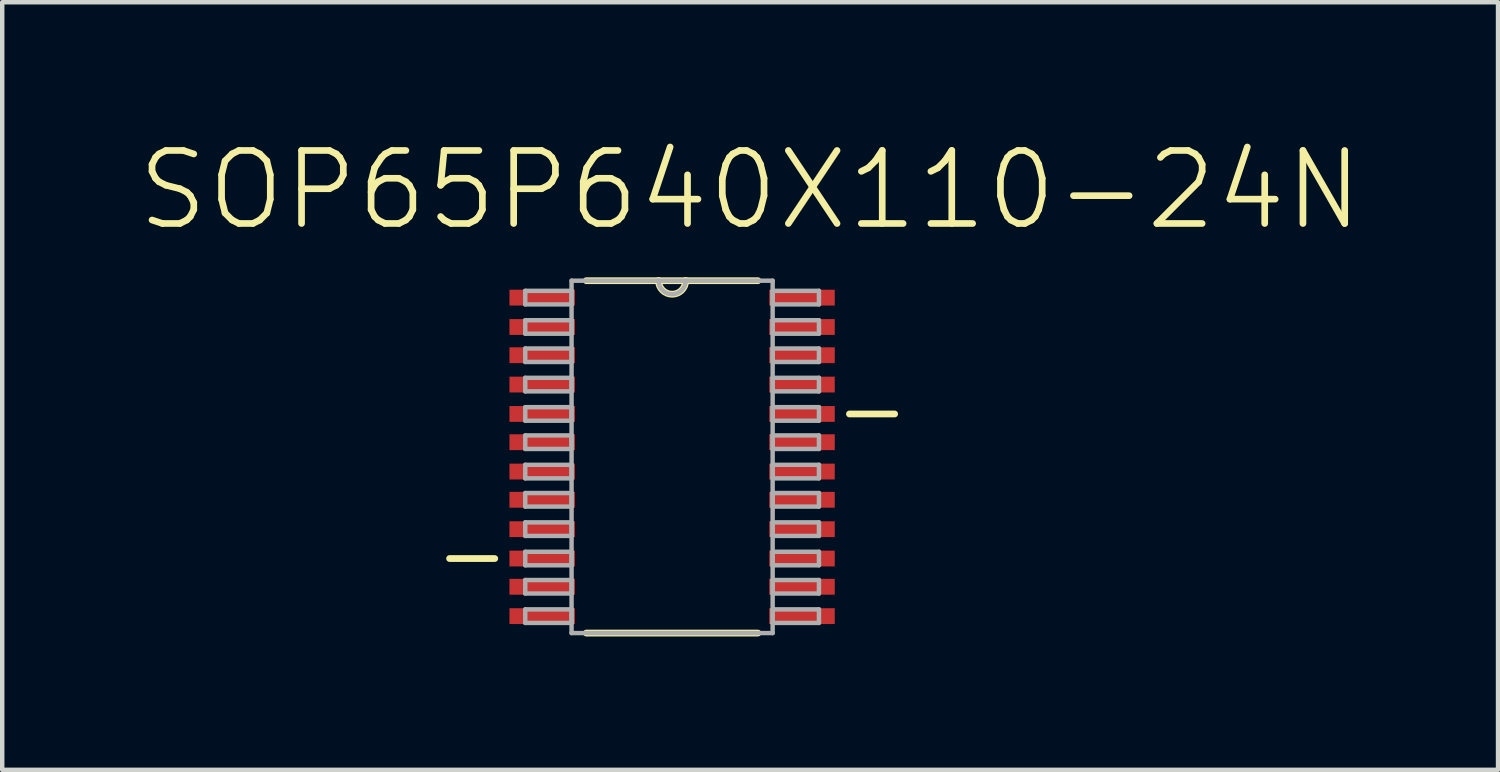
<source format=kicad_pcb>
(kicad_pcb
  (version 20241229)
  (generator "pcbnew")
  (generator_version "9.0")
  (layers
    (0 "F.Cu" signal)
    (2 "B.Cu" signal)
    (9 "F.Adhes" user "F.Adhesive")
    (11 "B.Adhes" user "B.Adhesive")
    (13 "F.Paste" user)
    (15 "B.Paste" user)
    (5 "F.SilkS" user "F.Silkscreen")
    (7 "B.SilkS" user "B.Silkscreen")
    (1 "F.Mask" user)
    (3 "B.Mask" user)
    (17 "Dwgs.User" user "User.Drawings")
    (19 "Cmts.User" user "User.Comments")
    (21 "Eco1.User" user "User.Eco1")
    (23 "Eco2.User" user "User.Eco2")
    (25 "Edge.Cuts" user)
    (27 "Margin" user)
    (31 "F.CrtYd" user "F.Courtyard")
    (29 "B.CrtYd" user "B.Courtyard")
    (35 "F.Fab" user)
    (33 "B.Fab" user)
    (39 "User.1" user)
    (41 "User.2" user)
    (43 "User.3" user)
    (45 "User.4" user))
  (footprint "SOP65P640X110-24N"
    (layer "F.Cu")
    (at 12.064 7.224)
    (property "Reference" "SOP65P640X110-24N" (at 1.754 -6 0) (layer "F.SilkS") (effects (font (size 1.642 1.642) (thickness 0.15))))
    (attr through_hole)
    (fp_line (start -5.004 2.286) (end -3.988 2.286) (stroke (width 0.152) (type solid)) (layer "F.SilkS"))
    (fp_line (start -1.93 3.962) (end 1.93 3.962) (stroke (width 0.152) (type solid)) (layer "F.SilkS"))
    (fp_line (start -0.305 -3.962) (end -1.93 -3.962) (stroke (width 0.152) (type solid)) (layer "F.SilkS"))
    (fp_line (start 0.305 -3.962) (end -0.305 -3.962) (stroke (width 0.152) (type solid)) (layer "F.SilkS"))
    (fp_line (start 1.93 -3.962) (end 0.305 -3.962) (stroke (width 0.152) (type solid)) (layer "F.SilkS"))
    (fp_line (start 3.988 -0.965) (end 5.004 -0.965) (stroke (width 0.152) (type solid)) (layer "F.SilkS"))
    (fp_arc (start 0.3048 -3.9624) (mid 0 -3.6576) (end -0.3048 -3.9624) (stroke (width 0.1524) (type solid)) (layer "F.SilkS"))
    (fp_line (start -3.302 -3.734) (end -3.302 -3.429) (stroke (width 0.1) (type solid)) (layer "F.Fab"))
    (fp_line (start -3.302 -3.429) (end -2.261 -3.429) (stroke (width 0.1) (type solid)) (layer "F.Fab"))
    (fp_line (start -3.302 -3.073) (end -3.302 -2.769) (stroke (width 0.1) (type solid)) (layer "F.Fab"))
    (fp_line (start -3.302 -2.769) (end -2.261 -2.769) (stroke (width 0.1) (type solid)) (layer "F.Fab"))
    (fp_line (start -3.302 -2.438) (end -3.302 -2.134) (stroke (width 0.1) (type solid)) (layer "F.Fab"))
    (fp_line (start -3.302 -2.134) (end -2.261 -2.134) (stroke (width 0.1) (type solid)) (layer "F.Fab"))
    (fp_line (start -3.302 -1.778) (end -3.302 -1.473) (stroke (width 0.1) (type solid)) (layer "F.Fab"))
    (fp_line (start -3.302 -1.473) (end -2.261 -1.473) (stroke (width 0.1) (type solid)) (layer "F.Fab"))
    (fp_line (start -3.302 -1.118) (end -3.302 -0.813) (stroke (width 0.1) (type solid)) (layer "F.Fab"))
    (fp_line (start -3.302 -0.813) (end -2.261 -0.813) (stroke (width 0.1) (type solid)) (layer "F.Fab"))
    (fp_line (start -3.302 -0.483) (end -3.302 -0.178) (stroke (width 0.1) (type solid)) (layer "F.Fab"))
    (fp_line (start -3.302 -0.178) (end -2.261 -0.178) (stroke (width 0.1) (type solid)) (layer "F.Fab"))
    (fp_line (start -3.302 0.178) (end -3.302 0.483) (stroke (width 0.1) (type solid)) (layer "F.Fab"))
    (fp_line (start -3.302 0.483) (end -2.261 0.483) (stroke (width 0.1) (type solid)) (layer "F.Fab"))
    (fp_line (start -3.302 0.813) (end -3.302 1.118) (stroke (width 0.1) (type solid)) (layer "F.Fab"))
    (fp_line (start -3.302 1.118) (end -2.261 1.118) (stroke (width 0.1) (type solid)) (layer "F.Fab"))
    (fp_line (start -3.302 1.473) (end -3.302 1.778) (stroke (width 0.1) (type solid)) (layer "F.Fab"))
    (fp_line (start -3.302 1.778) (end -2.261 1.778) (stroke (width 0.1) (type solid)) (layer "F.Fab"))
    (fp_line (start -3.302 2.134) (end -3.302 2.438) (stroke (width 0.1) (type solid)) (layer "F.Fab"))
    (fp_line (start -3.302 2.438) (end -2.261 2.438) (stroke (width 0.1) (type solid)) (layer "F.Fab"))
    (fp_line (start -3.302 2.769) (end -3.302 3.073) (stroke (width 0.1) (type solid)) (layer "F.Fab"))
    (fp_line (start -3.302 3.073) (end -2.261 3.073) (stroke (width 0.1) (type solid)) (layer "F.Fab"))
    (fp_line (start -3.302 3.429) (end -3.302 3.734) (stroke (width 0.1) (type solid)) (layer "F.Fab"))
    (fp_line (start -3.302 3.734) (end -2.261 3.734) (stroke (width 0.1) (type solid)) (layer "F.Fab"))
    (fp_line (start -2.261 -3.962) (end -2.261 3.962) (stroke (width 0.1) (type solid)) (layer "F.Fab"))
    (fp_line (start -2.261 -3.734) (end -3.302 -3.734) (stroke (width 0.1) (type solid)) (layer "F.Fab"))
    (fp_line (start -2.261 -3.429) (end -2.261 -3.734) (stroke (width 0.1) (type solid)) (layer "F.Fab"))
    (fp_line (start -2.261 -3.073) (end -3.302 -3.073) (stroke (width 0.1) (type solid)) (layer "F.Fab"))
    (fp_line (start -2.261 -2.769) (end -2.261 -3.073) (stroke (width 0.1) (type solid)) (layer "F.Fab"))
    (fp_line (start -2.261 -2.438) (end -3.302 -2.438) (stroke (width 0.1) (type solid)) (layer "F.Fab"))
    (fp_line (start -2.261 -2.134) (end -2.261 -2.438) (stroke (width 0.1) (type solid)) (layer "F.Fab"))
    (fp_line (start -2.261 -1.778) (end -3.302 -1.778) (stroke (width 0.1) (type solid)) (layer "F.Fab"))
    (fp_line (start -2.261 -1.473) (end -2.261 -1.778) (stroke (width 0.1) (type solid)) (layer "F.Fab"))
    (fp_line (start -2.261 -1.118) (end -3.302 -1.118) (stroke (width 0.1) (type solid)) (layer "F.Fab"))
    (fp_line (start -2.261 -0.813) (end -2.261 -1.118) (stroke (width 0.1) (type solid)) (layer "F.Fab"))
    (fp_line (start -2.261 -0.483) (end -3.302 -0.483) (stroke (width 0.1) (type solid)) (layer "F.Fab"))
    (fp_line (start -2.261 -0.178) (end -2.261 -0.483) (stroke (width 0.1) (type solid)) (layer "F.Fab"))
    (fp_line (start -2.261 0.178) (end -3.302 0.178) (stroke (width 0.1) (type solid)) (layer "F.Fab"))
    (fp_line (start -2.261 0.483) (end -2.261 0.178) (stroke (width 0.1) (type solid)) (layer "F.Fab"))
    (fp_line (start -2.261 0.813) (end -3.302 0.813) (stroke (width 0.1) (type solid)) (layer "F.Fab"))
    (fp_line (start -2.261 1.118) (end -2.261 0.813) (stroke (width 0.1) (type solid)) (layer "F.Fab"))
    (fp_line (start -2.261 1.473) (end -3.302 1.473) (stroke (width 0.1) (type solid)) (layer "F.Fab"))
    (fp_line (start -2.261 1.778) (end -2.261 1.473) (stroke (width 0.1) (type solid)) (layer "F.Fab"))
    (fp_line (start -2.261 2.134) (end -3.302 2.134) (stroke (width 0.1) (type solid)) (layer "F.Fab"))
    (fp_line (start -2.261 2.438) (end -2.261 2.134) (stroke (width 0.1) (type solid)) (layer "F.Fab"))
    (fp_line (start -2.261 2.769) (end -3.302 2.769) (stroke (width 0.1) (type solid)) (layer "F.Fab"))
    (fp_line (start -2.261 3.073) (end -2.261 2.769) (stroke (width 0.1) (type solid)) (layer "F.Fab"))
    (fp_line (start -2.261 3.429) (end -3.302 3.429) (stroke (width 0.1) (type solid)) (layer "F.Fab"))
    (fp_line (start -2.261 3.734) (end -2.261 3.429) (stroke (width 0.1) (type solid)) (layer "F.Fab"))
    (fp_line (start -2.261 3.962) (end 2.261 3.962) (stroke (width 0.1) (type solid)) (layer "F.Fab"))
    (fp_line (start -0.305 -3.962) (end -2.261 -3.962) (stroke (width 0.1) (type solid)) (layer "F.Fab"))
    (fp_line (start 0.305 -3.962) (end -0.305 -3.962) (stroke (width 0.1) (type solid)) (layer "F.Fab"))
    (fp_line (start 2.261 -3.962) (end 0.305 -3.962) (stroke (width 0.1) (type solid)) (layer "F.Fab"))
    (fp_line (start 2.261 -3.734) (end 2.261 -3.429) (stroke (width 0.1) (type solid)) (layer "F.Fab"))
    (fp_line (start 2.261 -3.429) (end 3.302 -3.429) (stroke (width 0.1) (type solid)) (layer "F.Fab"))
    (fp_line (start 2.261 -3.073) (end 2.261 -2.769) (stroke (width 0.1) (type solid)) (layer "F.Fab"))
    (fp_line (start 2.261 -2.769) (end 3.302 -2.769) (stroke (width 0.1) (type solid)) (layer "F.Fab"))
    (fp_line (start 2.261 -2.438) (end 2.261 -2.134) (stroke (width 0.1) (type solid)) (layer "F.Fab"))
    (fp_line (start 2.261 -2.134) (end 3.302 -2.134) (stroke (width 0.1) (type solid)) (layer "F.Fab"))
    (fp_line (start 2.261 -1.778) (end 2.261 -1.473) (stroke (width 0.1) (type solid)) (layer "F.Fab"))
    (fp_line (start 2.261 -1.473) (end 3.302 -1.473) (stroke (width 0.1) (type solid)) (layer "F.Fab"))
    (fp_line (start 2.261 -1.118) (end 2.261 -0.813) (stroke (width 0.1) (type solid)) (layer "F.Fab"))
    (fp_line (start 2.261 -0.813) (end 3.302 -0.813) (stroke (width 0.1) (type solid)) (layer "F.Fab"))
    (fp_line (start 2.261 -0.483) (end 2.261 -0.178) (stroke (width 0.1) (type solid)) (layer "F.Fab"))
    (fp_line (start 2.261 -0.178) (end 3.302 -0.178) (stroke (width 0.1) (type solid)) (layer "F.Fab"))
    (fp_line (start 2.261 0.178) (end 2.261 0.483) (stroke (width 0.1) (type solid)) (layer "F.Fab"))
    (fp_line (start 2.261 0.483) (end 3.302 0.483) (stroke (width 0.1) (type solid)) (layer "F.Fab"))
    (fp_line (start 2.261 0.813) (end 2.261 1.118) (stroke (width 0.1) (type solid)) (layer "F.Fab"))
    (fp_line (start 2.261 1.118) (end 3.302 1.118) (stroke (width 0.1) (type solid)) (layer "F.Fab"))
    (fp_line (start 2.261 1.473) (end 2.261 1.778) (stroke (width 0.1) (type solid)) (layer "F.Fab"))
    (fp_line (start 2.261 1.778) (end 3.302 1.778) (stroke (width 0.1) (type solid)) (layer "F.Fab"))
    (fp_line (start 2.261 2.134) (end 2.261 2.438) (stroke (width 0.1) (type solid)) (layer "F.Fab"))
    (fp_line (start 2.261 2.438) (end 3.302 2.438) (stroke (width 0.1) (type solid)) (layer "F.Fab"))
    (fp_line (start 2.261 2.769) (end 2.261 3.073) (stroke (width 0.1) (type solid)) (layer "F.Fab"))
    (fp_line (start 2.261 3.073) (end 3.302 3.073) (stroke (width 0.1) (type solid)) (layer "F.Fab"))
    (fp_line (start 2.261 3.429) (end 2.261 3.734) (stroke (width 0.1) (type solid)) (layer "F.Fab"))
    (fp_line (start 2.261 3.734) (end 3.302 3.734) (stroke (width 0.1) (type solid)) (layer "F.Fab"))
    (fp_line (start 2.261 3.962) (end 2.261 -3.962) (stroke (width 0.1) (type solid)) (layer "F.Fab"))
    (fp_line (start 3.302 -3.734) (end 2.261 -3.734) (stroke (width 0.1) (type solid)) (layer "F.Fab"))
    (fp_line (start 3.302 -3.429) (end 3.302 -3.734) (stroke (width 0.1) (type solid)) (layer "F.Fab"))
    (fp_line (start 3.302 -3.073) (end 2.261 -3.073) (stroke (width 0.1) (type solid)) (layer "F.Fab"))
    (fp_line (start 3.302 -2.769) (end 3.302 -3.073) (stroke (width 0.1) (type solid)) (layer "F.Fab"))
    (fp_line (start 3.302 -2.438) (end 2.261 -2.438) (stroke (width 0.1) (type solid)) (layer "F.Fab"))
    (fp_line (start 3.302 -2.134) (end 3.302 -2.438) (stroke (width 0.1) (type solid)) (layer "F.Fab"))
    (fp_line (start 3.302 -1.778) (end 2.261 -1.778) (stroke (width 0.1) (type solid)) (layer "F.Fab"))
    (fp_line (start 3.302 -1.473) (end 3.302 -1.778) (stroke (width 0.1) (type solid)) (layer "F.Fab"))
    (fp_line (start 3.302 -1.118) (end 2.261 -1.118) (stroke (width 0.1) (type solid)) (layer "F.Fab"))
    (fp_line (start 3.302 -0.813) (end 3.302 -1.118) (stroke (width 0.1) (type solid)) (layer "F.Fab"))
    (fp_line (start 3.302 -0.483) (end 2.261 -0.483) (stroke (width 0.1) (type solid)) (layer "F.Fab"))
    (fp_line (start 3.302 -0.178) (end 3.302 -0.483) (stroke (width 0.1) (type solid)) (layer "F.Fab"))
    (fp_line (start 3.302 0.178) (end 2.261 0.178) (stroke (width 0.1) (type solid)) (layer "F.Fab"))
    (fp_line (start 3.302 0.483) (end 3.302 0.178) (stroke (width 0.1) (type solid)) (layer "F.Fab"))
    (fp_line (start 3.302 0.813) (end 2.261 0.813) (stroke (width 0.1) (type solid)) (layer "F.Fab"))
    (fp_line (start 3.302 1.118) (end 3.302 0.813) (stroke (width 0.1) (type solid)) (layer "F.Fab"))
    (fp_line (start 3.302 1.473) (end 2.261 1.473) (stroke (width 0.1) (type solid)) (layer "F.Fab"))
    (fp_line (start 3.302 1.778) (end 3.302 1.473) (stroke (width 0.1) (type solid)) (layer "F.Fab"))
    (fp_line (start 3.302 2.134) (end 2.261 2.134) (stroke (width 0.1) (type solid)) (layer "F.Fab"))
    (fp_line (start 3.302 2.438) (end 3.302 2.134) (stroke (width 0.1) (type solid)) (layer "F.Fab"))
    (fp_line (start 3.302 2.769) (end 2.261 2.769) (stroke (width 0.1) (type solid)) (layer "F.Fab"))
    (fp_line (start 3.302 3.073) (end 3.302 2.769) (stroke (width 0.1) (type solid)) (layer "F.Fab"))
    (fp_line (start 3.302 3.429) (end 2.261 3.429) (stroke (width 0.1) (type solid)) (layer "F.Fab"))
    (fp_line (start 3.302 3.734) (end 3.302 3.429) (stroke (width 0.1) (type solid)) (layer "F.Fab"))
    (fp_arc (start 0.3048 -3.9624) (mid 0 -3.6576) (end -0.3048 -3.9624) (stroke (width 0.1) (type solid)) (layer "F.Fab"))
    (pad "1" smd rect (at -2.921 -3.581) (size 1.473 0.356) (layers "F.Cu" "F.Mask" "F.Paste"))
    (pad "2" smd rect (at -2.921 -2.921) (size 1.473 0.356) (layers "F.Cu" "F.Mask" "F.Paste"))
    (pad "3" smd rect (at -2.921 -2.286) (size 1.473 0.356) (layers "F.Cu" "F.Mask" "F.Paste"))
    (pad "4" smd rect (at -2.921 -1.626) (size 1.473 0.356) (layers "F.Cu" "F.Mask" "F.Paste"))
    (pad "5" smd rect (at -2.921 -0.965) (size 1.473 0.356) (layers "F.Cu" "F.Mask" "F.Paste"))
    (pad "6" smd rect (at -2.921 -0.33) (size 1.473 0.356) (layers "F.Cu" "F.Mask" "F.Paste"))
    (pad "7" smd rect (at -2.921 0.33) (size 1.473 0.356) (layers "F.Cu" "F.Mask" "F.Paste"))
    (pad "8" smd rect (at -2.921 0.965) (size 1.473 0.356) (layers "F.Cu" "F.Mask" "F.Paste"))
    (pad "9" smd rect (at -2.921 1.626) (size 1.473 0.356) (layers "F.Cu" "F.Mask" "F.Paste"))
    (pad "10" smd rect (at -2.921 2.286) (size 1.473 0.356) (layers "F.Cu" "F.Mask" "F.Paste"))
    (pad "11" smd rect (at -2.921 2.921) (size 1.473 0.356) (layers "F.Cu" "F.Mask" "F.Paste"))
    (pad "12" smd rect (at -2.921 3.581) (size 1.473 0.356) (layers "F.Cu" "F.Mask" "F.Paste"))
    (pad "13" smd rect (at 2.921 3.581) (size 1.473 0.356) (layers "F.Cu" "F.Mask" "F.Paste"))
    (pad "14" smd rect (at 2.921 2.921) (size 1.473 0.356) (layers "F.Cu" "F.Mask" "F.Paste"))
    (pad "15" smd rect (at 2.921 2.286) (size 1.473 0.356) (layers "F.Cu" "F.Mask" "F.Paste"))
    (pad "16" smd rect (at 2.921 1.626) (size 1.473 0.356) (layers "F.Cu" "F.Mask" "F.Paste"))
    (pad "17" smd rect (at 2.921 0.965) (size 1.473 0.356) (layers "F.Cu" "F.Mask" "F.Paste"))
    (pad "18" smd rect (at 2.921 0.33) (size 1.473 0.356) (layers "F.Cu" "F.Mask" "F.Paste"))
    (pad "19" smd rect (at 2.921 -0.33) (size 1.473 0.356) (layers "F.Cu" "F.Mask" "F.Paste"))
    (pad "20" smd rect (at 2.921 -0.965) (size 1.473 0.356) (layers "F.Cu" "F.Mask" "F.Paste"))
    (pad "21" smd rect (at 2.921 -1.626) (size 1.473 0.356) (layers "F.Cu" "F.Mask" "F.Paste"))
    (pad "22" smd rect (at 2.921 -2.286) (size 1.473 0.356) (layers "F.Cu" "F.Mask" "F.Paste"))
    (pad "23" smd rect (at 2.921 -2.921) (size 1.473 0.356) (layers "F.Cu" "F.Mask" "F.Paste"))
    (pad "24" smd rect (at 2.921 -3.581) (size 1.473 0.356) (layers "F.Cu" "F.Mask" "F.Paste")))
  (gr_rect
    (start -3 -3)
    (end 30.637 14.262)
    (stroke (width 0.1) (type default))
    (fill no)
    (layer "Edge.Cuts")))
</source>
